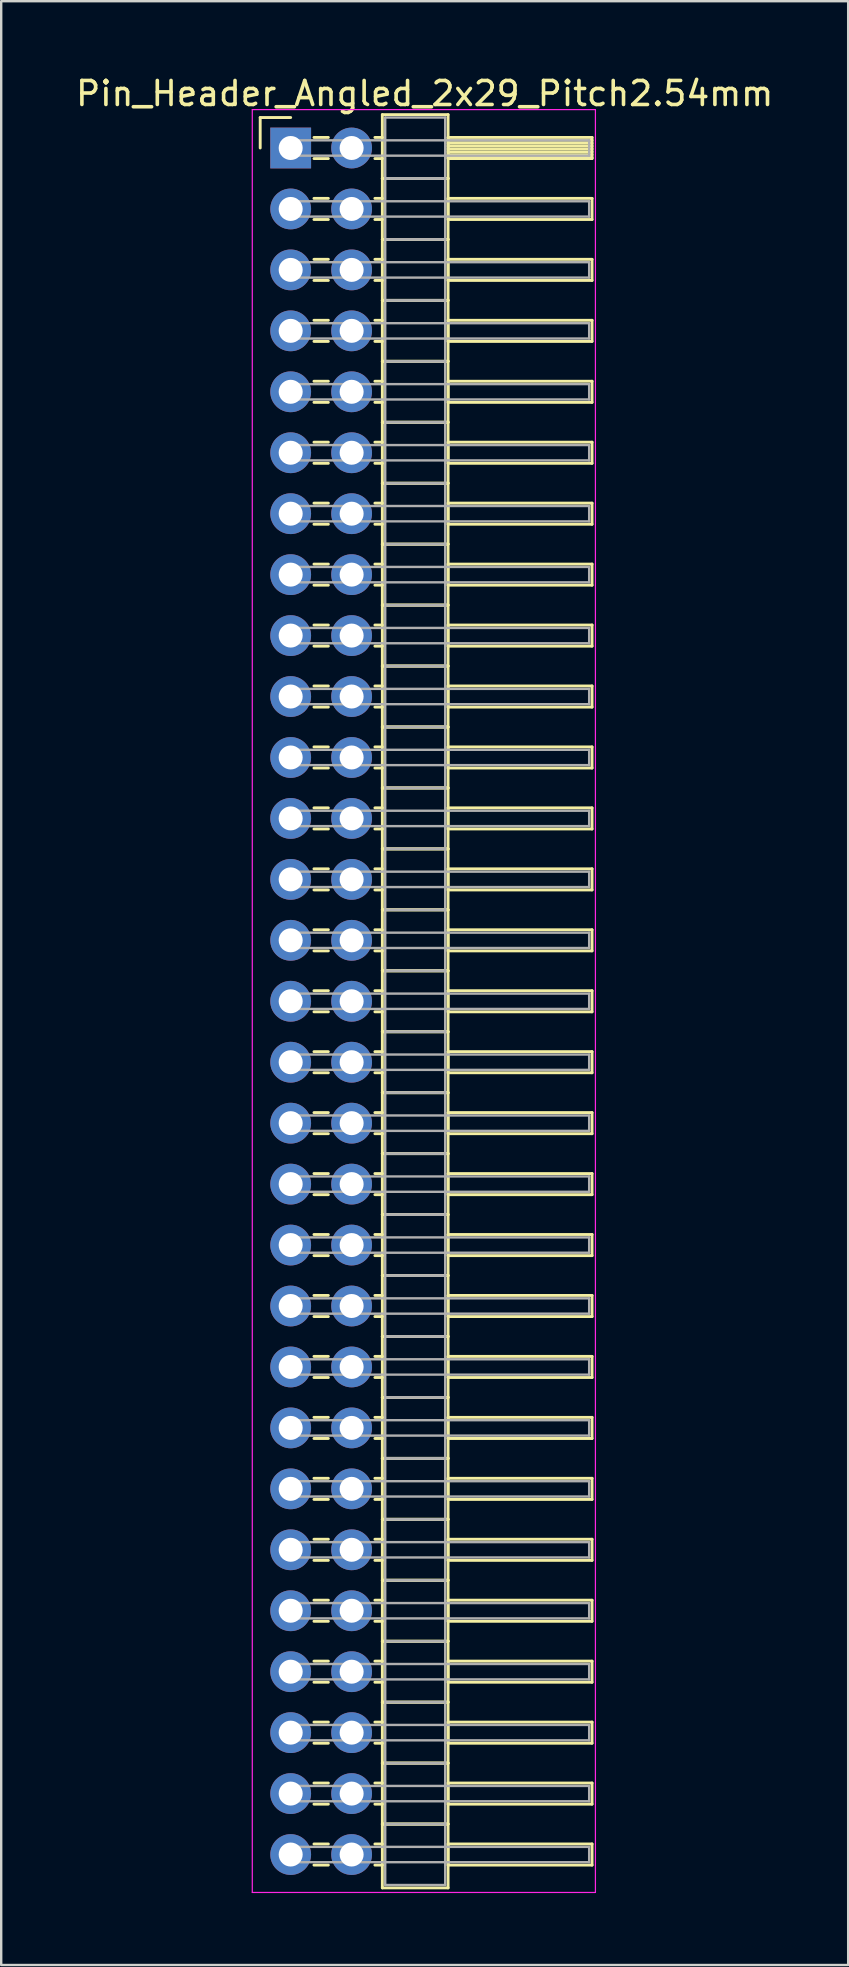
<source format=kicad_pcb>
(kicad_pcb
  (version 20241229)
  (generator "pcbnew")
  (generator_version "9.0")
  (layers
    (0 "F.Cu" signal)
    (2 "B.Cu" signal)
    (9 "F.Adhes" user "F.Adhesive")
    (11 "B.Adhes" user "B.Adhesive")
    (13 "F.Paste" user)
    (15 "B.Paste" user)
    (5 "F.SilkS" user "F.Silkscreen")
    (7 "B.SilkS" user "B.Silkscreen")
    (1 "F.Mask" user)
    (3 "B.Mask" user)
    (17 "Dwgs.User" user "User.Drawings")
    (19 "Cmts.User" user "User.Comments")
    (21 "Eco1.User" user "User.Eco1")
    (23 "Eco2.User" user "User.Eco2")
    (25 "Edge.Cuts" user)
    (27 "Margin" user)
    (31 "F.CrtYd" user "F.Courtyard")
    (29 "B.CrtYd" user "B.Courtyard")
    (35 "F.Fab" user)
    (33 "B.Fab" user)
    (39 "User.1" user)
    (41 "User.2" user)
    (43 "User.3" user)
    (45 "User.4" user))
  (footprint "Pin_Header_Angled_2x29_Pitch2.54mm"
    (layer "F.Cu")
    (at 9.064 3.118)
    (property "Reference" "Pin_Header_Angled_2x29_Pitch2.54mm" (at 5.585 -2.27 0) (layer "F.SilkS") (effects (font (size 1 1) (thickness 0.15))))
    (attr through_hole)
    (fp_line (start -1.27 -1.27) (end 0 -1.27) (stroke (width 0.12) (type solid)) (layer "F.SilkS"))
    (fp_line (start -1.27 0) (end -1.27 -1.27) (stroke (width 0.12) (type solid)) (layer "F.SilkS"))
    (fp_line (start 0.97 -0.44) (end 1.57 -0.44) (stroke (width 0.12) (type solid)) (layer "F.SilkS"))
    (fp_line (start 0.97 0.44) (end 1.57 0.44) (stroke (width 0.12) (type solid)) (layer "F.SilkS"))
    (fp_line (start 0.97 2.1) (end 1.57 2.1) (stroke (width 0.12) (type solid)) (layer "F.SilkS"))
    (fp_line (start 0.97 2.98) (end 1.57 2.98) (stroke (width 0.12) (type solid)) (layer "F.SilkS"))
    (fp_line (start 0.97 4.64) (end 1.57 4.64) (stroke (width 0.12) (type solid)) (layer "F.SilkS"))
    (fp_line (start 0.97 5.52) (end 1.57 5.52) (stroke (width 0.12) (type solid)) (layer "F.SilkS"))
    (fp_line (start 0.97 7.18) (end 1.57 7.18) (stroke (width 0.12) (type solid)) (layer "F.SilkS"))
    (fp_line (start 0.97 8.06) (end 1.57 8.06) (stroke (width 0.12) (type solid)) (layer "F.SilkS"))
    (fp_line (start 0.97 9.72) (end 1.57 9.72) (stroke (width 0.12) (type solid)) (layer "F.SilkS"))
    (fp_line (start 0.97 10.6) (end 1.57 10.6) (stroke (width 0.12) (type solid)) (layer "F.SilkS"))
    (fp_line (start 0.97 12.26) (end 1.57 12.26) (stroke (width 0.12) (type solid)) (layer "F.SilkS"))
    (fp_line (start 0.97 13.14) (end 1.57 13.14) (stroke (width 0.12) (type solid)) (layer "F.SilkS"))
    (fp_line (start 0.97 14.8) (end 1.57 14.8) (stroke (width 0.12) (type solid)) (layer "F.SilkS"))
    (fp_line (start 0.97 15.68) (end 1.57 15.68) (stroke (width 0.12) (type solid)) (layer "F.SilkS"))
    (fp_line (start 0.97 17.34) (end 1.57 17.34) (stroke (width 0.12) (type solid)) (layer "F.SilkS"))
    (fp_line (start 0.97 18.22) (end 1.57 18.22) (stroke (width 0.12) (type solid)) (layer "F.SilkS"))
    (fp_line (start 0.97 19.88) (end 1.57 19.88) (stroke (width 0.12) (type solid)) (layer "F.SilkS"))
    (fp_line (start 0.97 20.76) (end 1.57 20.76) (stroke (width 0.12) (type solid)) (layer "F.SilkS"))
    (fp_line (start 0.97 22.42) (end 1.57 22.42) (stroke (width 0.12) (type solid)) (layer "F.SilkS"))
    (fp_line (start 0.97 23.3) (end 1.57 23.3) (stroke (width 0.12) (type solid)) (layer "F.SilkS"))
    (fp_line (start 0.97 24.96) (end 1.57 24.96) (stroke (width 0.12) (type solid)) (layer "F.SilkS"))
    (fp_line (start 0.97 25.84) (end 1.57 25.84) (stroke (width 0.12) (type solid)) (layer "F.SilkS"))
    (fp_line (start 0.97 27.5) (end 1.57 27.5) (stroke (width 0.12) (type solid)) (layer "F.SilkS"))
    (fp_line (start 0.97 28.38) (end 1.57 28.38) (stroke (width 0.12) (type solid)) (layer "F.SilkS"))
    (fp_line (start 0.97 30.04) (end 1.57 30.04) (stroke (width 0.12) (type solid)) (layer "F.SilkS"))
    (fp_line (start 0.97 30.92) (end 1.57 30.92) (stroke (width 0.12) (type solid)) (layer "F.SilkS"))
    (fp_line (start 0.97 32.58) (end 1.57 32.58) (stroke (width 0.12) (type solid)) (layer "F.SilkS"))
    (fp_line (start 0.97 33.46) (end 1.57 33.46) (stroke (width 0.12) (type solid)) (layer "F.SilkS"))
    (fp_line (start 0.97 35.12) (end 1.57 35.12) (stroke (width 0.12) (type solid)) (layer "F.SilkS"))
    (fp_line (start 0.97 36) (end 1.57 36) (stroke (width 0.12) (type solid)) (layer "F.SilkS"))
    (fp_line (start 0.97 37.66) (end 1.57 37.66) (stroke (width 0.12) (type solid)) (layer "F.SilkS"))
    (fp_line (start 0.97 38.54) (end 1.57 38.54) (stroke (width 0.12) (type solid)) (layer "F.SilkS"))
    (fp_line (start 0.97 40.2) (end 1.57 40.2) (stroke (width 0.12) (type solid)) (layer "F.SilkS"))
    (fp_line (start 0.97 41.08) (end 1.57 41.08) (stroke (width 0.12) (type solid)) (layer "F.SilkS"))
    (fp_line (start 0.97 42.74) (end 1.57 42.74) (stroke (width 0.12) (type solid)) (layer "F.SilkS"))
    (fp_line (start 0.97 43.62) (end 1.57 43.62) (stroke (width 0.12) (type solid)) (layer "F.SilkS"))
    (fp_line (start 0.97 45.28) (end 1.57 45.28) (stroke (width 0.12) (type solid)) (layer "F.SilkS"))
    (fp_line (start 0.97 46.16) (end 1.57 46.16) (stroke (width 0.12) (type solid)) (layer "F.SilkS"))
    (fp_line (start 0.97 47.82) (end 1.57 47.82) (stroke (width 0.12) (type solid)) (layer "F.SilkS"))
    (fp_line (start 0.97 48.7) (end 1.57 48.7) (stroke (width 0.12) (type solid)) (layer "F.SilkS"))
    (fp_line (start 0.97 50.36) (end 1.57 50.36) (stroke (width 0.12) (type solid)) (layer "F.SilkS"))
    (fp_line (start 0.97 51.24) (end 1.57 51.24) (stroke (width 0.12) (type solid)) (layer "F.SilkS"))
    (fp_line (start 0.97 52.9) (end 1.57 52.9) (stroke (width 0.12) (type solid)) (layer "F.SilkS"))
    (fp_line (start 0.97 53.78) (end 1.57 53.78) (stroke (width 0.12) (type solid)) (layer "F.SilkS"))
    (fp_line (start 0.97 55.44) (end 1.57 55.44) (stroke (width 0.12) (type solid)) (layer "F.SilkS"))
    (fp_line (start 0.97 56.32) (end 1.57 56.32) (stroke (width 0.12) (type solid)) (layer "F.SilkS"))
    (fp_line (start 0.97 57.98) (end 1.57 57.98) (stroke (width 0.12) (type solid)) (layer "F.SilkS"))
    (fp_line (start 0.97 58.86) (end 1.57 58.86) (stroke (width 0.12) (type solid)) (layer "F.SilkS"))
    (fp_line (start 0.97 60.52) (end 1.57 60.52) (stroke (width 0.12) (type solid)) (layer "F.SilkS"))
    (fp_line (start 0.97 61.4) (end 1.57 61.4) (stroke (width 0.12) (type solid)) (layer "F.SilkS"))
    (fp_line (start 0.97 63.06) (end 1.57 63.06) (stroke (width 0.12) (type solid)) (layer "F.SilkS"))
    (fp_line (start 0.97 63.94) (end 1.57 63.94) (stroke (width 0.12) (type solid)) (layer "F.SilkS"))
    (fp_line (start 0.97 65.6) (end 1.57 65.6) (stroke (width 0.12) (type solid)) (layer "F.SilkS"))
    (fp_line (start 0.97 66.48) (end 1.57 66.48) (stroke (width 0.12) (type solid)) (layer "F.SilkS"))
    (fp_line (start 0.97 68.14) (end 1.57 68.14) (stroke (width 0.12) (type solid)) (layer "F.SilkS"))
    (fp_line (start 0.97 69.02) (end 1.57 69.02) (stroke (width 0.12) (type solid)) (layer "F.SilkS"))
    (fp_line (start 0.97 70.68) (end 1.57 70.68) (stroke (width 0.12) (type solid)) (layer "F.SilkS"))
    (fp_line (start 0.97 71.56) (end 1.57 71.56) (stroke (width 0.12) (type solid)) (layer "F.SilkS"))
    (fp_line (start 3.51 -0.44) (end 3.82 -0.44) (stroke (width 0.12) (type solid)) (layer "F.SilkS"))
    (fp_line (start 3.51 0.44) (end 3.82 0.44) (stroke (width 0.12) (type solid)) (layer "F.SilkS"))
    (fp_line (start 3.51 2.1) (end 3.82 2.1) (stroke (width 0.12) (type solid)) (layer "F.SilkS"))
    (fp_line (start 3.51 2.98) (end 3.82 2.98) (stroke (width 0.12) (type solid)) (layer "F.SilkS"))
    (fp_line (start 3.51 4.64) (end 3.82 4.64) (stroke (width 0.12) (type solid)) (layer "F.SilkS"))
    (fp_line (start 3.51 5.52) (end 3.82 5.52) (stroke (width 0.12) (type solid)) (layer "F.SilkS"))
    (fp_line (start 3.51 7.18) (end 3.82 7.18) (stroke (width 0.12) (type solid)) (layer "F.SilkS"))
    (fp_line (start 3.51 8.06) (end 3.82 8.06) (stroke (width 0.12) (type solid)) (layer "F.SilkS"))
    (fp_line (start 3.51 9.72) (end 3.82 9.72) (stroke (width 0.12) (type solid)) (layer "F.SilkS"))
    (fp_line (start 3.51 10.6) (end 3.82 10.6) (stroke (width 0.12) (type solid)) (layer "F.SilkS"))
    (fp_line (start 3.51 12.26) (end 3.82 12.26) (stroke (width 0.12) (type solid)) (layer "F.SilkS"))
    (fp_line (start 3.51 13.14) (end 3.82 13.14) (stroke (width 0.12) (type solid)) (layer "F.SilkS"))
    (fp_line (start 3.51 14.8) (end 3.82 14.8) (stroke (width 0.12) (type solid)) (layer "F.SilkS"))
    (fp_line (start 3.51 15.68) (end 3.82 15.68) (stroke (width 0.12) (type solid)) (layer "F.SilkS"))
    (fp_line (start 3.51 17.34) (end 3.82 17.34) (stroke (width 0.12) (type solid)) (layer "F.SilkS"))
    (fp_line (start 3.51 18.22) (end 3.82 18.22) (stroke (width 0.12) (type solid)) (layer "F.SilkS"))
    (fp_line (start 3.51 19.88) (end 3.82 19.88) (stroke (width 0.12) (type solid)) (layer "F.SilkS"))
    (fp_line (start 3.51 20.76) (end 3.82 20.76) (stroke (width 0.12) (type solid)) (layer "F.SilkS"))
    (fp_line (start 3.51 22.42) (end 3.82 22.42) (stroke (width 0.12) (type solid)) (layer "F.SilkS"))
    (fp_line (start 3.51 23.3) (end 3.82 23.3) (stroke (width 0.12) (type solid)) (layer "F.SilkS"))
    (fp_line (start 3.51 24.96) (end 3.82 24.96) (stroke (width 0.12) (type solid)) (layer "F.SilkS"))
    (fp_line (start 3.51 25.84) (end 3.82 25.84) (stroke (width 0.12) (type solid)) (layer "F.SilkS"))
    (fp_line (start 3.51 27.5) (end 3.82 27.5) (stroke (width 0.12) (type solid)) (layer "F.SilkS"))
    (fp_line (start 3.51 28.38) (end 3.82 28.38) (stroke (width 0.12) (type solid)) (layer "F.SilkS"))
    (fp_line (start 3.51 30.04) (end 3.82 30.04) (stroke (width 0.12) (type solid)) (layer "F.SilkS"))
    (fp_line (start 3.51 30.92) (end 3.82 30.92) (stroke (width 0.12) (type solid)) (layer "F.SilkS"))
    (fp_line (start 3.51 32.58) (end 3.82 32.58) (stroke (width 0.12) (type solid)) (layer "F.SilkS"))
    (fp_line (start 3.51 33.46) (end 3.82 33.46) (stroke (width 0.12) (type solid)) (layer "F.SilkS"))
    (fp_line (start 3.51 35.12) (end 3.82 35.12) (stroke (width 0.12) (type solid)) (layer "F.SilkS"))
    (fp_line (start 3.51 36) (end 3.82 36) (stroke (width 0.12) (type solid)) (layer "F.SilkS"))
    (fp_line (start 3.51 37.66) (end 3.82 37.66) (stroke (width 0.12) (type solid)) (layer "F.SilkS"))
    (fp_line (start 3.51 38.54) (end 3.82 38.54) (stroke (width 0.12) (type solid)) (layer "F.SilkS"))
    (fp_line (start 3.51 40.2) (end 3.82 40.2) (stroke (width 0.12) (type solid)) (layer "F.SilkS"))
    (fp_line (start 3.51 41.08) (end 3.82 41.08) (stroke (width 0.12) (type solid)) (layer "F.SilkS"))
    (fp_line (start 3.51 42.74) (end 3.82 42.74) (stroke (width 0.12) (type solid)) (layer "F.SilkS"))
    (fp_line (start 3.51 43.62) (end 3.82 43.62) (stroke (width 0.12) (type solid)) (layer "F.SilkS"))
    (fp_line (start 3.51 45.28) (end 3.82 45.28) (stroke (width 0.12) (type solid)) (layer "F.SilkS"))
    (fp_line (start 3.51 46.16) (end 3.82 46.16) (stroke (width 0.12) (type solid)) (layer "F.SilkS"))
    (fp_line (start 3.51 47.82) (end 3.82 47.82) (stroke (width 0.12) (type solid)) (layer "F.SilkS"))
    (fp_line (start 3.51 48.7) (end 3.82 48.7) (stroke (width 0.12) (type solid)) (layer "F.SilkS"))
    (fp_line (start 3.51 50.36) (end 3.82 50.36) (stroke (width 0.12) (type solid)) (layer "F.SilkS"))
    (fp_line (start 3.51 51.24) (end 3.82 51.24) (stroke (width 0.12) (type solid)) (layer "F.SilkS"))
    (fp_line (start 3.51 52.9) (end 3.82 52.9) (stroke (width 0.12) (type solid)) (layer "F.SilkS"))
    (fp_line (start 3.51 53.78) (end 3.82 53.78) (stroke (width 0.12) (type solid)) (layer "F.SilkS"))
    (fp_line (start 3.51 55.44) (end 3.82 55.44) (stroke (width 0.12) (type solid)) (layer "F.SilkS"))
    (fp_line (start 3.51 56.32) (end 3.82 56.32) (stroke (width 0.12) (type solid)) (layer "F.SilkS"))
    (fp_line (start 3.51 57.98) (end 3.82 57.98) (stroke (width 0.12) (type solid)) (layer "F.SilkS"))
    (fp_line (start 3.51 58.86) (end 3.82 58.86) (stroke (width 0.12) (type solid)) (layer "F.SilkS"))
    (fp_line (start 3.51 60.52) (end 3.82 60.52) (stroke (width 0.12) (type solid)) (layer "F.SilkS"))
    (fp_line (start 3.51 61.4) (end 3.82 61.4) (stroke (width 0.12) (type solid)) (layer "F.SilkS"))
    (fp_line (start 3.51 63.06) (end 3.82 63.06) (stroke (width 0.12) (type solid)) (layer "F.SilkS"))
    (fp_line (start 3.51 63.94) (end 3.82 63.94) (stroke (width 0.12) (type solid)) (layer "F.SilkS"))
    (fp_line (start 3.51 65.6) (end 3.82 65.6) (stroke (width 0.12) (type solid)) (layer "F.SilkS"))
    (fp_line (start 3.51 66.48) (end 3.82 66.48) (stroke (width 0.12) (type solid)) (layer "F.SilkS"))
    (fp_line (start 3.51 68.14) (end 3.82 68.14) (stroke (width 0.12) (type solid)) (layer "F.SilkS"))
    (fp_line (start 3.51 69.02) (end 3.82 69.02) (stroke (width 0.12) (type solid)) (layer "F.SilkS"))
    (fp_line (start 3.51 70.68) (end 3.82 70.68) (stroke (width 0.12) (type solid)) (layer "F.SilkS"))
    (fp_line (start 3.51 71.56) (end 3.82 71.56) (stroke (width 0.12) (type solid)) (layer "F.SilkS"))
    (fp_line (start 3.82 -1.39) (end 3.82 1.27) (stroke (width 0.12) (type solid)) (layer "F.SilkS"))
    (fp_line (start 3.82 1.27) (end 3.82 3.81) (stroke (width 0.12) (type solid)) (layer "F.SilkS"))
    (fp_line (start 3.82 1.27) (end 6.56 1.27) (stroke (width 0.12) (type solid)) (layer "F.SilkS"))
    (fp_line (start 3.82 3.81) (end 3.82 6.35) (stroke (width 0.12) (type solid)) (layer "F.SilkS"))
    (fp_line (start 3.82 3.81) (end 6.56 3.81) (stroke (width 0.12) (type solid)) (layer "F.SilkS"))
    (fp_line (start 3.82 6.35) (end 3.82 8.89) (stroke (width 0.12) (type solid)) (layer "F.SilkS"))
    (fp_line (start 3.82 6.35) (end 6.56 6.35) (stroke (width 0.12) (type solid)) (layer "F.SilkS"))
    (fp_line (start 3.82 8.89) (end 3.82 11.43) (stroke (width 0.12) (type solid)) (layer "F.SilkS"))
    (fp_line (start 3.82 8.89) (end 6.56 8.89) (stroke (width 0.12) (type solid)) (layer "F.SilkS"))
    (fp_line (start 3.82 11.43) (end 3.82 13.97) (stroke (width 0.12) (type solid)) (layer "F.SilkS"))
    (fp_line (start 3.82 11.43) (end 6.56 11.43) (stroke (width 0.12) (type solid)) (layer "F.SilkS"))
    (fp_line (start 3.82 13.97) (end 3.82 16.51) (stroke (width 0.12) (type solid)) (layer "F.SilkS"))
    (fp_line (start 3.82 13.97) (end 6.56 13.97) (stroke (width 0.12) (type solid)) (layer "F.SilkS"))
    (fp_line (start 3.82 16.51) (end 3.82 19.05) (stroke (width 0.12) (type solid)) (layer "F.SilkS"))
    (fp_line (start 3.82 16.51) (end 6.56 16.51) (stroke (width 0.12) (type solid)) (layer "F.SilkS"))
    (fp_line (start 3.82 19.05) (end 3.82 21.59) (stroke (width 0.12) (type solid)) (layer "F.SilkS"))
    (fp_line (start 3.82 19.05) (end 6.56 19.05) (stroke (width 0.12) (type solid)) (layer "F.SilkS"))
    (fp_line (start 3.82 21.59) (end 3.82 24.13) (stroke (width 0.12) (type solid)) (layer "F.SilkS"))
    (fp_line (start 3.82 21.59) (end 6.56 21.59) (stroke (width 0.12) (type solid)) (layer "F.SilkS"))
    (fp_line (start 3.82 24.13) (end 3.82 26.67) (stroke (width 0.12) (type solid)) (layer "F.SilkS"))
    (fp_line (start 3.82 24.13) (end 6.56 24.13) (stroke (width 0.12) (type solid)) (layer "F.SilkS"))
    (fp_line (start 3.82 26.67) (end 3.82 29.21) (stroke (width 0.12) (type solid)) (layer "F.SilkS"))
    (fp_line (start 3.82 26.67) (end 6.56 26.67) (stroke (width 0.12) (type solid)) (layer "F.SilkS"))
    (fp_line (start 3.82 29.21) (end 3.82 31.75) (stroke (width 0.12) (type solid)) (layer "F.SilkS"))
    (fp_line (start 3.82 29.21) (end 6.56 29.21) (stroke (width 0.12) (type solid)) (layer "F.SilkS"))
    (fp_line (start 3.82 31.75) (end 3.82 34.29) (stroke (width 0.12) (type solid)) (layer "F.SilkS"))
    (fp_line (start 3.82 31.75) (end 6.56 31.75) (stroke (width 0.12) (type solid)) (layer "F.SilkS"))
    (fp_line (start 3.82 34.29) (end 3.82 36.83) (stroke (width 0.12) (type solid)) (layer "F.SilkS"))
    (fp_line (start 3.82 34.29) (end 6.56 34.29) (stroke (width 0.12) (type solid)) (layer "F.SilkS"))
    (fp_line (start 3.82 36.83) (end 3.82 39.37) (stroke (width 0.12) (type solid)) (layer "F.SilkS"))
    (fp_line (start 3.82 36.83) (end 6.56 36.83) (stroke (width 0.12) (type solid)) (layer "F.SilkS"))
    (fp_line (start 3.82 39.37) (end 3.82 41.91) (stroke (width 0.12) (type solid)) (layer "F.SilkS"))
    (fp_line (start 3.82 39.37) (end 6.56 39.37) (stroke (width 0.12) (type solid)) (layer "F.SilkS"))
    (fp_line (start 3.82 41.91) (end 3.82 44.45) (stroke (width 0.12) (type solid)) (layer "F.SilkS"))
    (fp_line (start 3.82 41.91) (end 6.56 41.91) (stroke (width 0.12) (type solid)) (layer "F.SilkS"))
    (fp_line (start 3.82 44.45) (end 3.82 46.99) (stroke (width 0.12) (type solid)) (layer "F.SilkS"))
    (fp_line (start 3.82 44.45) (end 6.56 44.45) (stroke (width 0.12) (type solid)) (layer "F.SilkS"))
    (fp_line (start 3.82 46.99) (end 3.82 49.53) (stroke (width 0.12) (type solid)) (layer "F.SilkS"))
    (fp_line (start 3.82 46.99) (end 6.56 46.99) (stroke (width 0.12) (type solid)) (layer "F.SilkS"))
    (fp_line (start 3.82 49.53) (end 3.82 52.07) (stroke (width 0.12) (type solid)) (layer "F.SilkS"))
    (fp_line (start 3.82 49.53) (end 6.56 49.53) (stroke (width 0.12) (type solid)) (layer "F.SilkS"))
    (fp_line (start 3.82 52.07) (end 3.82 54.61) (stroke (width 0.12) (type solid)) (layer "F.SilkS"))
    (fp_line (start 3.82 52.07) (end 6.56 52.07) (stroke (width 0.12) (type solid)) (layer "F.SilkS"))
    (fp_line (start 3.82 54.61) (end 3.82 57.15) (stroke (width 0.12) (type solid)) (layer "F.SilkS"))
    (fp_line (start 3.82 54.61) (end 6.56 54.61) (stroke (width 0.12) (type solid)) (layer "F.SilkS"))
    (fp_line (start 3.82 57.15) (end 3.82 59.69) (stroke (width 0.12) (type solid)) (layer "F.SilkS"))
    (fp_line (start 3.82 57.15) (end 6.56 57.15) (stroke (width 0.12) (type solid)) (layer "F.SilkS"))
    (fp_line (start 3.82 59.69) (end 3.82 62.23) (stroke (width 0.12) (type solid)) (layer "F.SilkS"))
    (fp_line (start 3.82 59.69) (end 6.56 59.69) (stroke (width 0.12) (type solid)) (layer "F.SilkS"))
    (fp_line (start 3.82 62.23) (end 3.82 64.77) (stroke (width 0.12) (type solid)) (layer "F.SilkS"))
    (fp_line (start 3.82 62.23) (end 6.56 62.23) (stroke (width 0.12) (type solid)) (layer "F.SilkS"))
    (fp_line (start 3.82 64.77) (end 3.82 67.31) (stroke (width 0.12) (type solid)) (layer "F.SilkS"))
    (fp_line (start 3.82 64.77) (end 6.56 64.77) (stroke (width 0.12) (type solid)) (layer "F.SilkS"))
    (fp_line (start 3.82 67.31) (end 3.82 69.85) (stroke (width 0.12) (type solid)) (layer "F.SilkS"))
    (fp_line (start 3.82 67.31) (end 6.56 67.31) (stroke (width 0.12) (type solid)) (layer "F.SilkS"))
    (fp_line (start 3.82 69.85) (end 3.82 72.51) (stroke (width 0.12) (type solid)) (layer "F.SilkS"))
    (fp_line (start 3.82 69.85) (end 6.56 69.85) (stroke (width 0.12) (type solid)) (layer "F.SilkS"))
    (fp_line (start 3.82 72.51) (end 6.56 72.51) (stroke (width 0.12) (type solid)) (layer "F.SilkS"))
    (fp_line (start 6.56 -1.39) (end 3.82 -1.39) (stroke (width 0.12) (type solid)) (layer "F.SilkS"))
    (fp_line (start 6.56 -0.44) (end 6.56 0.44) (stroke (width 0.12) (type solid)) (layer "F.SilkS"))
    (fp_line (start 6.56 -0.32) (end 12.56 -0.32) (stroke (width 0.12) (type solid)) (layer "F.SilkS"))
    (fp_line (start 6.56 -0.2) (end 12.56 -0.2) (stroke (width 0.12) (type solid)) (layer "F.SilkS"))
    (fp_line (start 6.56 -0.08) (end 12.56 -0.08) (stroke (width 0.12) (type solid)) (layer "F.SilkS"))
    (fp_line (start 6.56 0.04) (end 12.56 0.04) (stroke (width 0.12) (type solid)) (layer "F.SilkS"))
    (fp_line (start 6.56 0.16) (end 12.56 0.16) (stroke (width 0.12) (type solid)) (layer "F.SilkS"))
    (fp_line (start 6.56 0.28) (end 12.56 0.28) (stroke (width 0.12) (type solid)) (layer "F.SilkS"))
    (fp_line (start 6.56 0.4) (end 12.56 0.4) (stroke (width 0.12) (type solid)) (layer "F.SilkS"))
    (fp_line (start 6.56 0.44) (end 12.56 0.44) (stroke (width 0.12) (type solid)) (layer "F.SilkS"))
    (fp_line (start 6.56 1.27) (end 3.82 1.27) (stroke (width 0.12) (type solid)) (layer "F.SilkS"))
    (fp_line (start 6.56 1.27) (end 6.56 -1.39) (stroke (width 0.12) (type solid)) (layer "F.SilkS"))
    (fp_line (start 6.56 2.1) (end 6.56 2.98) (stroke (width 0.12) (type solid)) (layer "F.SilkS"))
    (fp_line (start 6.56 2.98) (end 12.56 2.98) (stroke (width 0.12) (type solid)) (layer "F.SilkS"))
    (fp_line (start 6.56 3.81) (end 3.82 3.81) (stroke (width 0.12) (type solid)) (layer "F.SilkS"))
    (fp_line (start 6.56 3.81) (end 6.56 1.27) (stroke (width 0.12) (type solid)) (layer "F.SilkS"))
    (fp_line (start 6.56 4.64) (end 6.56 5.52) (stroke (width 0.12) (type solid)) (layer "F.SilkS"))
    (fp_line (start 6.56 5.52) (end 12.56 5.52) (stroke (width 0.12) (type solid)) (layer "F.SilkS"))
    (fp_line (start 6.56 6.35) (end 3.82 6.35) (stroke (width 0.12) (type solid)) (layer "F.SilkS"))
    (fp_line (start 6.56 6.35) (end 6.56 3.81) (stroke (width 0.12) (type solid)) (layer "F.SilkS"))
    (fp_line (start 6.56 7.18) (end 6.56 8.06) (stroke (width 0.12) (type solid)) (layer "F.SilkS"))
    (fp_line (start 6.56 8.06) (end 12.56 8.06) (stroke (width 0.12) (type solid)) (layer "F.SilkS"))
    (fp_line (start 6.56 8.89) (end 3.82 8.89) (stroke (width 0.12) (type solid)) (layer "F.SilkS"))
    (fp_line (start 6.56 8.89) (end 6.56 6.35) (stroke (width 0.12) (type solid)) (layer "F.SilkS"))
    (fp_line (start 6.56 9.72) (end 6.56 10.6) (stroke (width 0.12) (type solid)) (layer "F.SilkS"))
    (fp_line (start 6.56 10.6) (end 12.56 10.6) (stroke (width 0.12) (type solid)) (layer "F.SilkS"))
    (fp_line (start 6.56 11.43) (end 3.82 11.43) (stroke (width 0.12) (type solid)) (layer "F.SilkS"))
    (fp_line (start 6.56 11.43) (end 6.56 8.89) (stroke (width 0.12) (type solid)) (layer "F.SilkS"))
    (fp_line (start 6.56 12.26) (end 6.56 13.14) (stroke (width 0.12) (type solid)) (layer "F.SilkS"))
    (fp_line (start 6.56 13.14) (end 12.56 13.14) (stroke (width 0.12) (type solid)) (layer "F.SilkS"))
    (fp_line (start 6.56 13.97) (end 3.82 13.97) (stroke (width 0.12) (type solid)) (layer "F.SilkS"))
    (fp_line (start 6.56 13.97) (end 6.56 11.43) (stroke (width 0.12) (type solid)) (layer "F.SilkS"))
    (fp_line (start 6.56 14.8) (end 6.56 15.68) (stroke (width 0.12) (type solid)) (layer "F.SilkS"))
    (fp_line (start 6.56 15.68) (end 12.56 15.68) (stroke (width 0.12) (type solid)) (layer "F.SilkS"))
    (fp_line (start 6.56 16.51) (end 3.82 16.51) (stroke (width 0.12) (type solid)) (layer "F.SilkS"))
    (fp_line (start 6.56 16.51) (end 6.56 13.97) (stroke (width 0.12) (type solid)) (layer "F.SilkS"))
    (fp_line (start 6.56 17.34) (end 6.56 18.22) (stroke (width 0.12) (type solid)) (layer "F.SilkS"))
    (fp_line (start 6.56 18.22) (end 12.56 18.22) (stroke (width 0.12) (type solid)) (layer "F.SilkS"))
    (fp_line (start 6.56 19.05) (end 3.82 19.05) (stroke (width 0.12) (type solid)) (layer "F.SilkS"))
    (fp_line (start 6.56 19.05) (end 6.56 16.51) (stroke (width 0.12) (type solid)) (layer "F.SilkS"))
    (fp_line (start 6.56 19.88) (end 6.56 20.76) (stroke (width 0.12) (type solid)) (layer "F.SilkS"))
    (fp_line (start 6.56 20.76) (end 12.56 20.76) (stroke (width 0.12) (type solid)) (layer "F.SilkS"))
    (fp_line (start 6.56 21.59) (end 3.82 21.59) (stroke (width 0.12) (type solid)) (layer "F.SilkS"))
    (fp_line (start 6.56 21.59) (end 6.56 19.05) (stroke (width 0.12) (type solid)) (layer "F.SilkS"))
    (fp_line (start 6.56 22.42) (end 6.56 23.3) (stroke (width 0.12) (type solid)) (layer "F.SilkS"))
    (fp_line (start 6.56 23.3) (end 12.56 23.3) (stroke (width 0.12) (type solid)) (layer "F.SilkS"))
    (fp_line (start 6.56 24.13) (end 3.82 24.13) (stroke (width 0.12) (type solid)) (layer "F.SilkS"))
    (fp_line (start 6.56 24.13) (end 6.56 21.59) (stroke (width 0.12) (type solid)) (layer "F.SilkS"))
    (fp_line (start 6.56 24.96) (end 6.56 25.84) (stroke (width 0.12) (type solid)) (layer "F.SilkS"))
    (fp_line (start 6.56 25.84) (end 12.56 25.84) (stroke (width 0.12) (type solid)) (layer "F.SilkS"))
    (fp_line (start 6.56 26.67) (end 3.82 26.67) (stroke (width 0.12) (type solid)) (layer "F.SilkS"))
    (fp_line (start 6.56 26.67) (end 6.56 24.13) (stroke (width 0.12) (type solid)) (layer "F.SilkS"))
    (fp_line (start 6.56 27.5) (end 6.56 28.38) (stroke (width 0.12) (type solid)) (layer "F.SilkS"))
    (fp_line (start 6.56 28.38) (end 12.56 28.38) (stroke (width 0.12) (type solid)) (layer "F.SilkS"))
    (fp_line (start 6.56 29.21) (end 3.82 29.21) (stroke (width 0.12) (type solid)) (layer "F.SilkS"))
    (fp_line (start 6.56 29.21) (end 6.56 26.67) (stroke (width 0.12) (type solid)) (layer "F.SilkS"))
    (fp_line (start 6.56 30.04) (end 6.56 30.92) (stroke (width 0.12) (type solid)) (layer "F.SilkS"))
    (fp_line (start 6.56 30.92) (end 12.56 30.92) (stroke (width 0.12) (type solid)) (layer "F.SilkS"))
    (fp_line (start 6.56 31.75) (end 3.82 31.75) (stroke (width 0.12) (type solid)) (layer "F.SilkS"))
    (fp_line (start 6.56 31.75) (end 6.56 29.21) (stroke (width 0.12) (type solid)) (layer "F.SilkS"))
    (fp_line (start 6.56 32.58) (end 6.56 33.46) (stroke (width 0.12) (type solid)) (layer "F.SilkS"))
    (fp_line (start 6.56 33.46) (end 12.56 33.46) (stroke (width 0.12) (type solid)) (layer "F.SilkS"))
    (fp_line (start 6.56 34.29) (end 3.82 34.29) (stroke (width 0.12) (type solid)) (layer "F.SilkS"))
    (fp_line (start 6.56 34.29) (end 6.56 31.75) (stroke (width 0.12) (type solid)) (layer "F.SilkS"))
    (fp_line (start 6.56 35.12) (end 6.56 36) (stroke (width 0.12) (type solid)) (layer "F.SilkS"))
    (fp_line (start 6.56 36) (end 12.56 36) (stroke (width 0.12) (type solid)) (layer "F.SilkS"))
    (fp_line (start 6.56 36.83) (end 3.82 36.83) (stroke (width 0.12) (type solid)) (layer "F.SilkS"))
    (fp_line (start 6.56 36.83) (end 6.56 34.29) (stroke (width 0.12) (type solid)) (layer "F.SilkS"))
    (fp_line (start 6.56 37.66) (end 6.56 38.54) (stroke (width 0.12) (type solid)) (layer "F.SilkS"))
    (fp_line (start 6.56 38.54) (end 12.56 38.54) (stroke (width 0.12) (type solid)) (layer "F.SilkS"))
    (fp_line (start 6.56 39.37) (end 3.82 39.37) (stroke (width 0.12) (type solid)) (layer "F.SilkS"))
    (fp_line (start 6.56 39.37) (end 6.56 36.83) (stroke (width 0.12) (type solid)) (layer "F.SilkS"))
    (fp_line (start 6.56 40.2) (end 6.56 41.08) (stroke (width 0.12) (type solid)) (layer "F.SilkS"))
    (fp_line (start 6.56 41.08) (end 12.56 41.08) (stroke (width 0.12) (type solid)) (layer "F.SilkS"))
    (fp_line (start 6.56 41.91) (end 3.82 41.91) (stroke (width 0.12) (type solid)) (layer "F.SilkS"))
    (fp_line (start 6.56 41.91) (end 6.56 39.37) (stroke (width 0.12) (type solid)) (layer "F.SilkS"))
    (fp_line (start 6.56 42.74) (end 6.56 43.62) (stroke (width 0.12) (type solid)) (layer "F.SilkS"))
    (fp_line (start 6.56 43.62) (end 12.56 43.62) (stroke (width 0.12) (type solid)) (layer "F.SilkS"))
    (fp_line (start 6.56 44.45) (end 3.82 44.45) (stroke (width 0.12) (type solid)) (layer "F.SilkS"))
    (fp_line (start 6.56 44.45) (end 6.56 41.91) (stroke (width 0.12) (type solid)) (layer "F.SilkS"))
    (fp_line (start 6.56 45.28) (end 6.56 46.16) (stroke (width 0.12) (type solid)) (layer "F.SilkS"))
    (fp_line (start 6.56 46.16) (end 12.56 46.16) (stroke (width 0.12) (type solid)) (layer "F.SilkS"))
    (fp_line (start 6.56 46.99) (end 3.82 46.99) (stroke (width 0.12) (type solid)) (layer "F.SilkS"))
    (fp_line (start 6.56 46.99) (end 6.56 44.45) (stroke (width 0.12) (type solid)) (layer "F.SilkS"))
    (fp_line (start 6.56 47.82) (end 6.56 48.7) (stroke (width 0.12) (type solid)) (layer "F.SilkS"))
    (fp_line (start 6.56 48.7) (end 12.56 48.7) (stroke (width 0.12) (type solid)) (layer "F.SilkS"))
    (fp_line (start 6.56 49.53) (end 3.82 49.53) (stroke (width 0.12) (type solid)) (layer "F.SilkS"))
    (fp_line (start 6.56 49.53) (end 6.56 46.99) (stroke (width 0.12) (type solid)) (layer "F.SilkS"))
    (fp_line (start 6.56 50.36) (end 6.56 51.24) (stroke (width 0.12) (type solid)) (layer "F.SilkS"))
    (fp_line (start 6.56 51.24) (end 12.56 51.24) (stroke (width 0.12) (type solid)) (layer "F.SilkS"))
    (fp_line (start 6.56 52.07) (end 3.82 52.07) (stroke (width 0.12) (type solid)) (layer "F.SilkS"))
    (fp_line (start 6.56 52.07) (end 6.56 49.53) (stroke (width 0.12) (type solid)) (layer "F.SilkS"))
    (fp_line (start 6.56 52.9) (end 6.56 53.78) (stroke (width 0.12) (type solid)) (layer "F.SilkS"))
    (fp_line (start 6.56 53.78) (end 12.56 53.78) (stroke (width 0.12) (type solid)) (layer "F.SilkS"))
    (fp_line (start 6.56 54.61) (end 3.82 54.61) (stroke (width 0.12) (type solid)) (layer "F.SilkS"))
    (fp_line (start 6.56 54.61) (end 6.56 52.07) (stroke (width 0.12) (type solid)) (layer "F.SilkS"))
    (fp_line (start 6.56 55.44) (end 6.56 56.32) (stroke (width 0.12) (type solid)) (layer "F.SilkS"))
    (fp_line (start 6.56 56.32) (end 12.56 56.32) (stroke (width 0.12) (type solid)) (layer "F.SilkS"))
    (fp_line (start 6.56 57.15) (end 3.82 57.15) (stroke (width 0.12) (type solid)) (layer "F.SilkS"))
    (fp_line (start 6.56 57.15) (end 6.56 54.61) (stroke (width 0.12) (type solid)) (layer "F.SilkS"))
    (fp_line (start 6.56 57.98) (end 6.56 58.86) (stroke (width 0.12) (type solid)) (layer "F.SilkS"))
    (fp_line (start 6.56 58.86) (end 12.56 58.86) (stroke (width 0.12) (type solid)) (layer "F.SilkS"))
    (fp_line (start 6.56 59.69) (end 3.82 59.69) (stroke (width 0.12) (type solid)) (layer "F.SilkS"))
    (fp_line (start 6.56 59.69) (end 6.56 57.15) (stroke (width 0.12) (type solid)) (layer "F.SilkS"))
    (fp_line (start 6.56 60.52) (end 6.56 61.4) (stroke (width 0.12) (type solid)) (layer "F.SilkS"))
    (fp_line (start 6.56 61.4) (end 12.56 61.4) (stroke (width 0.12) (type solid)) (layer "F.SilkS"))
    (fp_line (start 6.56 62.23) (end 3.82 62.23) (stroke (width 0.12) (type solid)) (layer "F.SilkS"))
    (fp_line (start 6.56 62.23) (end 6.56 59.69) (stroke (width 0.12) (type solid)) (layer "F.SilkS"))
    (fp_line (start 6.56 63.06) (end 6.56 63.94) (stroke (width 0.12) (type solid)) (layer "F.SilkS"))
    (fp_line (start 6.56 63.94) (end 12.56 63.94) (stroke (width 0.12) (type solid)) (layer "F.SilkS"))
    (fp_line (start 6.56 64.77) (end 3.82 64.77) (stroke (width 0.12) (type solid)) (layer "F.SilkS"))
    (fp_line (start 6.56 64.77) (end 6.56 62.23) (stroke (width 0.12) (type solid)) (layer "F.SilkS"))
    (fp_line (start 6.56 65.6) (end 6.56 66.48) (stroke (width 0.12) (type solid)) (layer "F.SilkS"))
    (fp_line (start 6.56 66.48) (end 12.56 66.48) (stroke (width 0.12) (type solid)) (layer "F.SilkS"))
    (fp_line (start 6.56 67.31) (end 3.82 67.31) (stroke (width 0.12) (type solid)) (layer "F.SilkS"))
    (fp_line (start 6.56 67.31) (end 6.56 64.77) (stroke (width 0.12) (type solid)) (layer "F.SilkS"))
    (fp_line (start 6.56 68.14) (end 6.56 69.02) (stroke (width 0.12) (type solid)) (layer "F.SilkS"))
    (fp_line (start 6.56 69.02) (end 12.56 69.02) (stroke (width 0.12) (type solid)) (layer "F.SilkS"))
    (fp_line (start 6.56 69.85) (end 3.82 69.85) (stroke (width 0.12) (type solid)) (layer "F.SilkS"))
    (fp_line (start 6.56 69.85) (end 6.56 67.31) (stroke (width 0.12) (type solid)) (layer "F.SilkS"))
    (fp_line (start 6.56 70.68) (end 6.56 71.56) (stroke (width 0.12) (type solid)) (layer "F.SilkS"))
    (fp_line (start 6.56 71.56) (end 12.56 71.56) (stroke (width 0.12) (type solid)) (layer "F.SilkS"))
    (fp_line (start 6.56 72.51) (end 6.56 69.85) (stroke (width 0.12) (type solid)) (layer "F.SilkS"))
    (fp_line (start 12.56 -0.44) (end 6.56 -0.44) (stroke (width 0.12) (type solid)) (layer "F.SilkS"))
    (fp_line (start 12.56 0.44) (end 12.56 -0.44) (stroke (width 0.12) (type solid)) (layer "F.SilkS"))
    (fp_line (start 12.56 2.1) (end 6.56 2.1) (stroke (width 0.12) (type solid)) (layer "F.SilkS"))
    (fp_line (start 12.56 2.98) (end 12.56 2.1) (stroke (width 0.12) (type solid)) (layer "F.SilkS"))
    (fp_line (start 12.56 4.64) (end 6.56 4.64) (stroke (width 0.12) (type solid)) (layer "F.SilkS"))
    (fp_line (start 12.56 5.52) (end 12.56 4.64) (stroke (width 0.12) (type solid)) (layer "F.SilkS"))
    (fp_line (start 12.56 7.18) (end 6.56 7.18) (stroke (width 0.12) (type solid)) (layer "F.SilkS"))
    (fp_line (start 12.56 8.06) (end 12.56 7.18) (stroke (width 0.12) (type solid)) (layer "F.SilkS"))
    (fp_line (start 12.56 9.72) (end 6.56 9.72) (stroke (width 0.12) (type solid)) (layer "F.SilkS"))
    (fp_line (start 12.56 10.6) (end 12.56 9.72) (stroke (width 0.12) (type solid)) (layer "F.SilkS"))
    (fp_line (start 12.56 12.26) (end 6.56 12.26) (stroke (width 0.12) (type solid)) (layer "F.SilkS"))
    (fp_line (start 12.56 13.14) (end 12.56 12.26) (stroke (width 0.12) (type solid)) (layer "F.SilkS"))
    (fp_line (start 12.56 14.8) (end 6.56 14.8) (stroke (width 0.12) (type solid)) (layer "F.SilkS"))
    (fp_line (start 12.56 15.68) (end 12.56 14.8) (stroke (width 0.12) (type solid)) (layer "F.SilkS"))
    (fp_line (start 12.56 17.34) (end 6.56 17.34) (stroke (width 0.12) (type solid)) (layer "F.SilkS"))
    (fp_line (start 12.56 18.22) (end 12.56 17.34) (stroke (width 0.12) (type solid)) (layer "F.SilkS"))
    (fp_line (start 12.56 19.88) (end 6.56 19.88) (stroke (width 0.12) (type solid)) (layer "F.SilkS"))
    (fp_line (start 12.56 20.76) (end 12.56 19.88) (stroke (width 0.12) (type solid)) (layer "F.SilkS"))
    (fp_line (start 12.56 22.42) (end 6.56 22.42) (stroke (width 0.12) (type solid)) (layer "F.SilkS"))
    (fp_line (start 12.56 23.3) (end 12.56 22.42) (stroke (width 0.12) (type solid)) (layer "F.SilkS"))
    (fp_line (start 12.56 24.96) (end 6.56 24.96) (stroke (width 0.12) (type solid)) (layer "F.SilkS"))
    (fp_line (start 12.56 25.84) (end 12.56 24.96) (stroke (width 0.12) (type solid)) (layer "F.SilkS"))
    (fp_line (start 12.56 27.5) (end 6.56 27.5) (stroke (width 0.12) (type solid)) (layer "F.SilkS"))
    (fp_line (start 12.56 28.38) (end 12.56 27.5) (stroke (width 0.12) (type solid)) (layer "F.SilkS"))
    (fp_line (start 12.56 30.04) (end 6.56 30.04) (stroke (width 0.12) (type solid)) (layer "F.SilkS"))
    (fp_line (start 12.56 30.92) (end 12.56 30.04) (stroke (width 0.12) (type solid)) (layer "F.SilkS"))
    (fp_line (start 12.56 32.58) (end 6.56 32.58) (stroke (width 0.12) (type solid)) (layer "F.SilkS"))
    (fp_line (start 12.56 33.46) (end 12.56 32.58) (stroke (width 0.12) (type solid)) (layer "F.SilkS"))
    (fp_line (start 12.56 35.12) (end 6.56 35.12) (stroke (width 0.12) (type solid)) (layer "F.SilkS"))
    (fp_line (start 12.56 36) (end 12.56 35.12) (stroke (width 0.12) (type solid)) (layer "F.SilkS"))
    (fp_line (start 12.56 37.66) (end 6.56 37.66) (stroke (width 0.12) (type solid)) (layer "F.SilkS"))
    (fp_line (start 12.56 38.54) (end 12.56 37.66) (stroke (width 0.12) (type solid)) (layer "F.SilkS"))
    (fp_line (start 12.56 40.2) (end 6.56 40.2) (stroke (width 0.12) (type solid)) (layer "F.SilkS"))
    (fp_line (start 12.56 41.08) (end 12.56 40.2) (stroke (width 0.12) (type solid)) (layer "F.SilkS"))
    (fp_line (start 12.56 42.74) (end 6.56 42.74) (stroke (width 0.12) (type solid)) (layer "F.SilkS"))
    (fp_line (start 12.56 43.62) (end 12.56 42.74) (stroke (width 0.12) (type solid)) (layer "F.SilkS"))
    (fp_line (start 12.56 45.28) (end 6.56 45.28) (stroke (width 0.12) (type solid)) (layer "F.SilkS"))
    (fp_line (start 12.56 46.16) (end 12.56 45.28) (stroke (width 0.12) (type solid)) (layer "F.SilkS"))
    (fp_line (start 12.56 47.82) (end 6.56 47.82) (stroke (width 0.12) (type solid)) (layer "F.SilkS"))
    (fp_line (start 12.56 48.7) (end 12.56 47.82) (stroke (width 0.12) (type solid)) (layer "F.SilkS"))
    (fp_line (start 12.56 50.36) (end 6.56 50.36) (stroke (width 0.12) (type solid)) (layer "F.SilkS"))
    (fp_line (start 12.56 51.24) (end 12.56 50.36) (stroke (width 0.12) (type solid)) (layer "F.SilkS"))
    (fp_line (start 12.56 52.9) (end 6.56 52.9) (stroke (width 0.12) (type solid)) (layer "F.SilkS"))
    (fp_line (start 12.56 53.78) (end 12.56 52.9) (stroke (width 0.12) (type solid)) (layer "F.SilkS"))
    (fp_line (start 12.56 55.44) (end 6.56 55.44) (stroke (width 0.12) (type solid)) (layer "F.SilkS"))
    (fp_line (start 12.56 56.32) (end 12.56 55.44) (stroke (width 0.12) (type solid)) (layer "F.SilkS"))
    (fp_line (start 12.56 57.98) (end 6.56 57.98) (stroke (width 0.12) (type solid)) (layer "F.SilkS"))
    (fp_line (start 12.56 58.86) (end 12.56 57.98) (stroke (width 0.12) (type solid)) (layer "F.SilkS"))
    (fp_line (start 12.56 60.52) (end 6.56 60.52) (stroke (width 0.12) (type solid)) (layer "F.SilkS"))
    (fp_line (start 12.56 61.4) (end 12.56 60.52) (stroke (width 0.12) (type solid)) (layer "F.SilkS"))
    (fp_line (start 12.56 63.06) (end 6.56 63.06) (stroke (width 0.12) (type solid)) (layer "F.SilkS"))
    (fp_line (start 12.56 63.94) (end 12.56 63.06) (stroke (width 0.12) (type solid)) (layer "F.SilkS"))
    (fp_line (start 12.56 65.6) (end 6.56 65.6) (stroke (width 0.12) (type solid)) (layer "F.SilkS"))
    (fp_line (start 12.56 66.48) (end 12.56 65.6) (stroke (width 0.12) (type solid)) (layer "F.SilkS"))
    (fp_line (start 12.56 68.14) (end 6.56 68.14) (stroke (width 0.12) (type solid)) (layer "F.SilkS"))
    (fp_line (start 12.56 69.02) (end 12.56 68.14) (stroke (width 0.12) (type solid)) (layer "F.SilkS"))
    (fp_line (start 12.56 70.68) (end 6.56 70.68) (stroke (width 0.12) (type solid)) (layer "F.SilkS"))
    (fp_line (start 12.56 71.56) (end 12.56 70.68) (stroke (width 0.12) (type solid)) (layer "F.SilkS"))
    (fp_line (start -1.6 -1.6) (end -1.6 72.7) (stroke (width 0.05) (type solid)) (layer "F.CrtYd"))
    (fp_line (start -1.6 72.7) (end 12.7 72.7) (stroke (width 0.05) (type solid)) (layer "F.CrtYd"))
    (fp_line (start 12.7 -1.6) (end -1.6 -1.6) (stroke (width 0.05) (type solid)) (layer "F.CrtYd"))
    (fp_line (start 12.7 72.7) (end 12.7 -1.6) (stroke (width 0.05) (type solid)) (layer "F.CrtYd"))
    (fp_line (start 0 -0.32) (end 0 0.32) (stroke (width 0.1) (type solid)) (layer "F.Fab"))
    (fp_line (start 0 0.32) (end 12.44 0.32) (stroke (width 0.1) (type solid)) (layer "F.Fab"))
    (fp_line (start 0 2.22) (end 0 2.86) (stroke (width 0.1) (type solid)) (layer "F.Fab"))
    (fp_line (start 0 2.86) (end 12.44 2.86) (stroke (width 0.1) (type solid)) (layer "F.Fab"))
    (fp_line (start 0 4.76) (end 0 5.4) (stroke (width 0.1) (type solid)) (layer "F.Fab"))
    (fp_line (start 0 5.4) (end 12.44 5.4) (stroke (width 0.1) (type solid)) (layer "F.Fab"))
    (fp_line (start 0 7.3) (end 0 7.94) (stroke (width 0.1) (type solid)) (layer "F.Fab"))
    (fp_line (start 0 7.94) (end 12.44 7.94) (stroke (width 0.1) (type solid)) (layer "F.Fab"))
    (fp_line (start 0 9.84) (end 0 10.48) (stroke (width 0.1) (type solid)) (layer "F.Fab"))
    (fp_line (start 0 10.48) (end 12.44 10.48) (stroke (width 0.1) (type solid)) (layer "F.Fab"))
    (fp_line (start 0 12.38) (end 0 13.02) (stroke (width 0.1) (type solid)) (layer "F.Fab"))
    (fp_line (start 0 13.02) (end 12.44 13.02) (stroke (width 0.1) (type solid)) (layer "F.Fab"))
    (fp_line (start 0 14.92) (end 0 15.56) (stroke (width 0.1) (type solid)) (layer "F.Fab"))
    (fp_line (start 0 15.56) (end 12.44 15.56) (stroke (width 0.1) (type solid)) (layer "F.Fab"))
    (fp_line (start 0 17.46) (end 0 18.1) (stroke (width 0.1) (type solid)) (layer "F.Fab"))
    (fp_line (start 0 18.1) (end 12.44 18.1) (stroke (width 0.1) (type solid)) (layer "F.Fab"))
    (fp_line (start 0 20) (end 0 20.64) (stroke (width 0.1) (type solid)) (layer "F.Fab"))
    (fp_line (start 0 20.64) (end 12.44 20.64) (stroke (width 0.1) (type solid)) (layer "F.Fab"))
    (fp_line (start 0 22.54) (end 0 23.18) (stroke (width 0.1) (type solid)) (layer "F.Fab"))
    (fp_line (start 0 23.18) (end 12.44 23.18) (stroke (width 0.1) (type solid)) (layer "F.Fab"))
    (fp_line (start 0 25.08) (end 0 25.72) (stroke (width 0.1) (type solid)) (layer "F.Fab"))
    (fp_line (start 0 25.72) (end 12.44 25.72) (stroke (width 0.1) (type solid)) (layer "F.Fab"))
    (fp_line (start 0 27.62) (end 0 28.26) (stroke (width 0.1) (type solid)) (layer "F.Fab"))
    (fp_line (start 0 28.26) (end 12.44 28.26) (stroke (width 0.1) (type solid)) (layer "F.Fab"))
    (fp_line (start 0 30.16) (end 0 30.8) (stroke (width 0.1) (type solid)) (layer "F.Fab"))
    (fp_line (start 0 30.8) (end 12.44 30.8) (stroke (width 0.1) (type solid)) (layer "F.Fab"))
    (fp_line (start 0 32.7) (end 0 33.34) (stroke (width 0.1) (type solid)) (layer "F.Fab"))
    (fp_line (start 0 33.34) (end 12.44 33.34) (stroke (width 0.1) (type solid)) (layer "F.Fab"))
    (fp_line (start 0 35.24) (end 0 35.88) (stroke (width 0.1) (type solid)) (layer "F.Fab"))
    (fp_line (start 0 35.88) (end 12.44 35.88) (stroke (width 0.1) (type solid)) (layer "F.Fab"))
    (fp_line (start 0 37.78) (end 0 38.42) (stroke (width 0.1) (type solid)) (layer "F.Fab"))
    (fp_line (start 0 38.42) (end 12.44 38.42) (stroke (width 0.1) (type solid)) (layer "F.Fab"))
    (fp_line (start 0 40.32) (end 0 40.96) (stroke (width 0.1) (type solid)) (layer "F.Fab"))
    (fp_line (start 0 40.96) (end 12.44 40.96) (stroke (width 0.1) (type solid)) (layer "F.Fab"))
    (fp_line (start 0 42.86) (end 0 43.5) (stroke (width 0.1) (type solid)) (layer "F.Fab"))
    (fp_line (start 0 43.5) (end 12.44 43.5) (stroke (width 0.1) (type solid)) (layer "F.Fab"))
    (fp_line (start 0 45.4) (end 0 46.04) (stroke (width 0.1) (type solid)) (layer "F.Fab"))
    (fp_line (start 0 46.04) (end 12.44 46.04) (stroke (width 0.1) (type solid)) (layer "F.Fab"))
    (fp_line (start 0 47.94) (end 0 48.58) (stroke (width 0.1) (type solid)) (layer "F.Fab"))
    (fp_line (start 0 48.58) (end 12.44 48.58) (stroke (width 0.1) (type solid)) (layer "F.Fab"))
    (fp_line (start 0 50.48) (end 0 51.12) (stroke (width 0.1) (type solid)) (layer "F.Fab"))
    (fp_line (start 0 51.12) (end 12.44 51.12) (stroke (width 0.1) (type solid)) (layer "F.Fab"))
    (fp_line (start 0 53.02) (end 0 53.66) (stroke (width 0.1) (type solid)) (layer "F.Fab"))
    (fp_line (start 0 53.66) (end 12.44 53.66) (stroke (width 0.1) (type solid)) (layer "F.Fab"))
    (fp_line (start 0 55.56) (end 0 56.2) (stroke (width 0.1) (type solid)) (layer "F.Fab"))
    (fp_line (start 0 56.2) (end 12.44 56.2) (stroke (width 0.1) (type solid)) (layer "F.Fab"))
    (fp_line (start 0 58.1) (end 0 58.74) (stroke (width 0.1) (type solid)) (layer "F.Fab"))
    (fp_line (start 0 58.74) (end 12.44 58.74) (stroke (width 0.1) (type solid)) (layer "F.Fab"))
    (fp_line (start 0 60.64) (end 0 61.28) (stroke (width 0.1) (type solid)) (layer "F.Fab"))
    (fp_line (start 0 61.28) (end 12.44 61.28) (stroke (width 0.1) (type solid)) (layer "F.Fab"))
    (fp_line (start 0 63.18) (end 0 63.82) (stroke (width 0.1) (type solid)) (layer "F.Fab"))
    (fp_line (start 0 63.82) (end 12.44 63.82) (stroke (width 0.1) (type solid)) (layer "F.Fab"))
    (fp_line (start 0 65.72) (end 0 66.36) (stroke (width 0.1) (type solid)) (layer "F.Fab"))
    (fp_line (start 0 66.36) (end 12.44 66.36) (stroke (width 0.1) (type solid)) (layer "F.Fab"))
    (fp_line (start 0 68.26) (end 0 68.9) (stroke (width 0.1) (type solid)) (layer "F.Fab"))
    (fp_line (start 0 68.9) (end 12.44 68.9) (stroke (width 0.1) (type solid)) (layer "F.Fab"))
    (fp_line (start 0 70.8) (end 0 71.44) (stroke (width 0.1) (type solid)) (layer "F.Fab"))
    (fp_line (start 0 71.44) (end 12.44 71.44) (stroke (width 0.1) (type solid)) (layer "F.Fab"))
    (fp_line (start 3.94 -1.27) (end 3.94 1.27) (stroke (width 0.1) (type solid)) (layer "F.Fab"))
    (fp_line (start 3.94 1.27) (end 3.94 3.81) (stroke (width 0.1) (type solid)) (layer "F.Fab"))
    (fp_line (start 3.94 1.27) (end 6.44 1.27) (stroke (width 0.1) (type solid)) (layer "F.Fab"))
    (fp_line (start 3.94 3.81) (end 3.94 6.35) (stroke (width 0.1) (type solid)) (layer "F.Fab"))
    (fp_line (start 3.94 3.81) (end 6.44 3.81) (stroke (width 0.1) (type solid)) (layer "F.Fab"))
    (fp_line (start 3.94 6.35) (end 3.94 8.89) (stroke (width 0.1) (type solid)) (layer "F.Fab"))
    (fp_line (start 3.94 6.35) (end 6.44 6.35) (stroke (width 0.1) (type solid)) (layer "F.Fab"))
    (fp_line (start 3.94 8.89) (end 3.94 11.43) (stroke (width 0.1) (type solid)) (layer "F.Fab"))
    (fp_line (start 3.94 8.89) (end 6.44 8.89) (stroke (width 0.1) (type solid)) (layer "F.Fab"))
    (fp_line (start 3.94 11.43) (end 3.94 13.97) (stroke (width 0.1) (type solid)) (layer "F.Fab"))
    (fp_line (start 3.94 11.43) (end 6.44 11.43) (stroke (width 0.1) (type solid)) (layer "F.Fab"))
    (fp_line (start 3.94 13.97) (end 3.94 16.51) (stroke (width 0.1) (type solid)) (layer "F.Fab"))
    (fp_line (start 3.94 13.97) (end 6.44 13.97) (stroke (width 0.1) (type solid)) (layer "F.Fab"))
    (fp_line (start 3.94 16.51) (end 3.94 19.05) (stroke (width 0.1) (type solid)) (layer "F.Fab"))
    (fp_line (start 3.94 16.51) (end 6.44 16.51) (stroke (width 0.1) (type solid)) (layer "F.Fab"))
    (fp_line (start 3.94 19.05) (end 3.94 21.59) (stroke (width 0.1) (type solid)) (layer "F.Fab"))
    (fp_line (start 3.94 19.05) (end 6.44 19.05) (stroke (width 0.1) (type solid)) (layer "F.Fab"))
    (fp_line (start 3.94 21.59) (end 3.94 24.13) (stroke (width 0.1) (type solid)) (layer "F.Fab"))
    (fp_line (start 3.94 21.59) (end 6.44 21.59) (stroke (width 0.1) (type solid)) (layer "F.Fab"))
    (fp_line (start 3.94 24.13) (end 3.94 26.67) (stroke (width 0.1) (type solid)) (layer "F.Fab"))
    (fp_line (start 3.94 24.13) (end 6.44 24.13) (stroke (width 0.1) (type solid)) (layer "F.Fab"))
    (fp_line (start 3.94 26.67) (end 3.94 29.21) (stroke (width 0.1) (type solid)) (layer "F.Fab"))
    (fp_line (start 3.94 26.67) (end 6.44 26.67) (stroke (width 0.1) (type solid)) (layer "F.Fab"))
    (fp_line (start 3.94 29.21) (end 3.94 31.75) (stroke (width 0.1) (type solid)) (layer "F.Fab"))
    (fp_line (start 3.94 29.21) (end 6.44 29.21) (stroke (width 0.1) (type solid)) (layer "F.Fab"))
    (fp_line (start 3.94 31.75) (end 3.94 34.29) (stroke (width 0.1) (type solid)) (layer "F.Fab"))
    (fp_line (start 3.94 31.75) (end 6.44 31.75) (stroke (width 0.1) (type solid)) (layer "F.Fab"))
    (fp_line (start 3.94 34.29) (end 3.94 36.83) (stroke (width 0.1) (type solid)) (layer "F.Fab"))
    (fp_line (start 3.94 34.29) (end 6.44 34.29) (stroke (width 0.1) (type solid)) (layer "F.Fab"))
    (fp_line (start 3.94 36.83) (end 3.94 39.37) (stroke (width 0.1) (type solid)) (layer "F.Fab"))
    (fp_line (start 3.94 36.83) (end 6.44 36.83) (stroke (width 0.1) (type solid)) (layer "F.Fab"))
    (fp_line (start 3.94 39.37) (end 3.94 41.91) (stroke (width 0.1) (type solid)) (layer "F.Fab"))
    (fp_line (start 3.94 39.37) (end 6.44 39.37) (stroke (width 0.1) (type solid)) (layer "F.Fab"))
    (fp_line (start 3.94 41.91) (end 3.94 44.45) (stroke (width 0.1) (type solid)) (layer "F.Fab"))
    (fp_line (start 3.94 41.91) (end 6.44 41.91) (stroke (width 0.1) (type solid)) (layer "F.Fab"))
    (fp_line (start 3.94 44.45) (end 3.94 46.99) (stroke (width 0.1) (type solid)) (layer "F.Fab"))
    (fp_line (start 3.94 44.45) (end 6.44 44.45) (stroke (width 0.1) (type solid)) (layer "F.Fab"))
    (fp_line (start 3.94 46.99) (end 3.94 49.53) (stroke (width 0.1) (type solid)) (layer "F.Fab"))
    (fp_line (start 3.94 46.99) (end 6.44 46.99) (stroke (width 0.1) (type solid)) (layer "F.Fab"))
    (fp_line (start 3.94 49.53) (end 3.94 52.07) (stroke (width 0.1) (type solid)) (layer "F.Fab"))
    (fp_line (start 3.94 49.53) (end 6.44 49.53) (stroke (width 0.1) (type solid)) (layer "F.Fab"))
    (fp_line (start 3.94 52.07) (end 3.94 54.61) (stroke (width 0.1) (type solid)) (layer "F.Fab"))
    (fp_line (start 3.94 52.07) (end 6.44 52.07) (stroke (width 0.1) (type solid)) (layer "F.Fab"))
    (fp_line (start 3.94 54.61) (end 3.94 57.15) (stroke (width 0.1) (type solid)) (layer "F.Fab"))
    (fp_line (start 3.94 54.61) (end 6.44 54.61) (stroke (width 0.1) (type solid)) (layer "F.Fab"))
    (fp_line (start 3.94 57.15) (end 3.94 59.69) (stroke (width 0.1) (type solid)) (layer "F.Fab"))
    (fp_line (start 3.94 57.15) (end 6.44 57.15) (stroke (width 0.1) (type solid)) (layer "F.Fab"))
    (fp_line (start 3.94 59.69) (end 3.94 62.23) (stroke (width 0.1) (type solid)) (layer "F.Fab"))
    (fp_line (start 3.94 59.69) (end 6.44 59.69) (stroke (width 0.1) (type solid)) (layer "F.Fab"))
    (fp_line (start 3.94 62.23) (end 3.94 64.77) (stroke (width 0.1) (type solid)) (layer "F.Fab"))
    (fp_line (start 3.94 62.23) (end 6.44 62.23) (stroke (width 0.1) (type solid)) (layer "F.Fab"))
    (fp_line (start 3.94 64.77) (end 3.94 67.31) (stroke (width 0.1) (type solid)) (layer "F.Fab"))
    (fp_line (start 3.94 64.77) (end 6.44 64.77) (stroke (width 0.1) (type solid)) (layer "F.Fab"))
    (fp_line (start 3.94 67.31) (end 3.94 69.85) (stroke (width 0.1) (type solid)) (layer "F.Fab"))
    (fp_line (start 3.94 67.31) (end 6.44 67.31) (stroke (width 0.1) (type solid)) (layer "F.Fab"))
    (fp_line (start 3.94 69.85) (end 3.94 72.39) (stroke (width 0.1) (type solid)) (layer "F.Fab"))
    (fp_line (start 3.94 69.85) (end 6.44 69.85) (stroke (width 0.1) (type solid)) (layer "F.Fab"))
    (fp_line (start 3.94 72.39) (end 6.44 72.39) (stroke (width 0.1) (type solid)) (layer "F.Fab"))
    (fp_line (start 6.44 -1.27) (end 3.94 -1.27) (stroke (width 0.1) (type solid)) (layer "F.Fab"))
    (fp_line (start 6.44 1.27) (end 3.94 1.27) (stroke (width 0.1) (type solid)) (layer "F.Fab"))
    (fp_line (start 6.44 1.27) (end 6.44 -1.27) (stroke (width 0.1) (type solid)) (layer "F.Fab"))
    (fp_line (start 6.44 3.81) (end 3.94 3.81) (stroke (width 0.1) (type solid)) (layer "F.Fab"))
    (fp_line (start 6.44 3.81) (end 6.44 1.27) (stroke (width 0.1) (type solid)) (layer "F.Fab"))
    (fp_line (start 6.44 6.35) (end 3.94 6.35) (stroke (width 0.1) (type solid)) (layer "F.Fab"))
    (fp_line (start 6.44 6.35) (end 6.44 3.81) (stroke (width 0.1) (type solid)) (layer "F.Fab"))
    (fp_line (start 6.44 8.89) (end 3.94 8.89) (stroke (width 0.1) (type solid)) (layer "F.Fab"))
    (fp_line (start 6.44 8.89) (end 6.44 6.35) (stroke (width 0.1) (type solid)) (layer "F.Fab"))
    (fp_line (start 6.44 11.43) (end 3.94 11.43) (stroke (width 0.1) (type solid)) (layer "F.Fab"))
    (fp_line (start 6.44 11.43) (end 6.44 8.89) (stroke (width 0.1) (type solid)) (layer "F.Fab"))
    (fp_line (start 6.44 13.97) (end 3.94 13.97) (stroke (width 0.1) (type solid)) (layer "F.Fab"))
    (fp_line (start 6.44 13.97) (end 6.44 11.43) (stroke (width 0.1) (type solid)) (layer "F.Fab"))
    (fp_line (start 6.44 16.51) (end 3.94 16.51) (stroke (width 0.1) (type solid)) (layer "F.Fab"))
    (fp_line (start 6.44 16.51) (end 6.44 13.97) (stroke (width 0.1) (type solid)) (layer "F.Fab"))
    (fp_line (start 6.44 19.05) (end 3.94 19.05) (stroke (width 0.1) (type solid)) (layer "F.Fab"))
    (fp_line (start 6.44 19.05) (end 6.44 16.51) (stroke (width 0.1) (type solid)) (layer "F.Fab"))
    (fp_line (start 6.44 21.59) (end 3.94 21.59) (stroke (width 0.1) (type solid)) (layer "F.Fab"))
    (fp_line (start 6.44 21.59) (end 6.44 19.05) (stroke (width 0.1) (type solid)) (layer "F.Fab"))
    (fp_line (start 6.44 24.13) (end 3.94 24.13) (stroke (width 0.1) (type solid)) (layer "F.Fab"))
    (fp_line (start 6.44 24.13) (end 6.44 21.59) (stroke (width 0.1) (type solid)) (layer "F.Fab"))
    (fp_line (start 6.44 26.67) (end 3.94 26.67) (stroke (width 0.1) (type solid)) (layer "F.Fab"))
    (fp_line (start 6.44 26.67) (end 6.44 24.13) (stroke (width 0.1) (type solid)) (layer "F.Fab"))
    (fp_line (start 6.44 29.21) (end 3.94 29.21) (stroke (width 0.1) (type solid)) (layer "F.Fab"))
    (fp_line (start 6.44 29.21) (end 6.44 26.67) (stroke (width 0.1) (type solid)) (layer "F.Fab"))
    (fp_line (start 6.44 31.75) (end 3.94 31.75) (stroke (width 0.1) (type solid)) (layer "F.Fab"))
    (fp_line (start 6.44 31.75) (end 6.44 29.21) (stroke (width 0.1) (type solid)) (layer "F.Fab"))
    (fp_line (start 6.44 34.29) (end 3.94 34.29) (stroke (width 0.1) (type solid)) (layer "F.Fab"))
    (fp_line (start 6.44 34.29) (end 6.44 31.75) (stroke (width 0.1) (type solid)) (layer "F.Fab"))
    (fp_line (start 6.44 36.83) (end 3.94 36.83) (stroke (width 0.1) (type solid)) (layer "F.Fab"))
    (fp_line (start 6.44 36.83) (end 6.44 34.29) (stroke (width 0.1) (type solid)) (layer "F.Fab"))
    (fp_line (start 6.44 39.37) (end 3.94 39.37) (stroke (width 0.1) (type solid)) (layer "F.Fab"))
    (fp_line (start 6.44 39.37) (end 6.44 36.83) (stroke (width 0.1) (type solid)) (layer "F.Fab"))
    (fp_line (start 6.44 41.91) (end 3.94 41.91) (stroke (width 0.1) (type solid)) (layer "F.Fab"))
    (fp_line (start 6.44 41.91) (end 6.44 39.37) (stroke (width 0.1) (type solid)) (layer "F.Fab"))
    (fp_line (start 6.44 44.45) (end 3.94 44.45) (stroke (width 0.1) (type solid)) (layer "F.Fab"))
    (fp_line (start 6.44 44.45) (end 6.44 41.91) (stroke (width 0.1) (type solid)) (layer "F.Fab"))
    (fp_line (start 6.44 46.99) (end 3.94 46.99) (stroke (width 0.1) (type solid)) (layer "F.Fab"))
    (fp_line (start 6.44 46.99) (end 6.44 44.45) (stroke (width 0.1) (type solid)) (layer "F.Fab"))
    (fp_line (start 6.44 49.53) (end 3.94 49.53) (stroke (width 0.1) (type solid)) (layer "F.Fab"))
    (fp_line (start 6.44 49.53) (end 6.44 46.99) (stroke (width 0.1) (type solid)) (layer "F.Fab"))
    (fp_line (start 6.44 52.07) (end 3.94 52.07) (stroke (width 0.1) (type solid)) (layer "F.Fab"))
    (fp_line (start 6.44 52.07) (end 6.44 49.53) (stroke (width 0.1) (type solid)) (layer "F.Fab"))
    (fp_line (start 6.44 54.61) (end 3.94 54.61) (stroke (width 0.1) (type solid)) (layer "F.Fab"))
    (fp_line (start 6.44 54.61) (end 6.44 52.07) (stroke (width 0.1) (type solid)) (layer "F.Fab"))
    (fp_line (start 6.44 57.15) (end 3.94 57.15) (stroke (width 0.1) (type solid)) (layer "F.Fab"))
    (fp_line (start 6.44 57.15) (end 6.44 54.61) (stroke (width 0.1) (type solid)) (layer "F.Fab"))
    (fp_line (start 6.44 59.69) (end 3.94 59.69) (stroke (width 0.1) (type solid)) (layer "F.Fab"))
    (fp_line (start 6.44 59.69) (end 6.44 57.15) (stroke (width 0.1) (type solid)) (layer "F.Fab"))
    (fp_line (start 6.44 62.23) (end 3.94 62.23) (stroke (width 0.1) (type solid)) (layer "F.Fab"))
    (fp_line (start 6.44 62.23) (end 6.44 59.69) (stroke (width 0.1) (type solid)) (layer "F.Fab"))
    (fp_line (start 6.44 64.77) (end 3.94 64.77) (stroke (width 0.1) (type solid)) (layer "F.Fab"))
    (fp_line (start 6.44 64.77) (end 6.44 62.23) (stroke (width 0.1) (type solid)) (layer "F.Fab"))
    (fp_line (start 6.44 67.31) (end 3.94 67.31) (stroke (width 0.1) (type solid)) (layer "F.Fab"))
    (fp_line (start 6.44 67.31) (end 6.44 64.77) (stroke (width 0.1) (type solid)) (layer "F.Fab"))
    (fp_line (start 6.44 69.85) (end 3.94 69.85) (stroke (width 0.1) (type solid)) (layer "F.Fab"))
    (fp_line (start 6.44 69.85) (end 6.44 67.31) (stroke (width 0.1) (type solid)) (layer "F.Fab"))
    (fp_line (start 6.44 72.39) (end 6.44 69.85) (stroke (width 0.1) (type solid)) (layer "F.Fab"))
    (fp_line (start 12.44 -0.32) (end 0 -0.32) (stroke (width 0.1) (type solid)) (layer "F.Fab"))
    (fp_line (start 12.44 0.32) (end 12.44 -0.32) (stroke (width 0.1) (type solid)) (layer "F.Fab"))
    (fp_line (start 12.44 2.22) (end 0 2.22) (stroke (width 0.1) (type solid)) (layer "F.Fab"))
    (fp_line (start 12.44 2.86) (end 12.44 2.22) (stroke (width 0.1) (type solid)) (layer "F.Fab"))
    (fp_line (start 12.44 4.76) (end 0 4.76) (stroke (width 0.1) (type solid)) (layer "F.Fab"))
    (fp_line (start 12.44 5.4) (end 12.44 4.76) (stroke (width 0.1) (type solid)) (layer "F.Fab"))
    (fp_line (start 12.44 7.3) (end 0 7.3) (stroke (width 0.1) (type solid)) (layer "F.Fab"))
    (fp_line (start 12.44 7.94) (end 12.44 7.3) (stroke (width 0.1) (type solid)) (layer "F.Fab"))
    (fp_line (start 12.44 9.84) (end 0 9.84) (stroke (width 0.1) (type solid)) (layer "F.Fab"))
    (fp_line (start 12.44 10.48) (end 12.44 9.84) (stroke (width 0.1) (type solid)) (layer "F.Fab"))
    (fp_line (start 12.44 12.38) (end 0 12.38) (stroke (width 0.1) (type solid)) (layer "F.Fab"))
    (fp_line (start 12.44 13.02) (end 12.44 12.38) (stroke (width 0.1) (type solid)) (layer "F.Fab"))
    (fp_line (start 12.44 14.92) (end 0 14.92) (stroke (width 0.1) (type solid)) (layer "F.Fab"))
    (fp_line (start 12.44 15.56) (end 12.44 14.92) (stroke (width 0.1) (type solid)) (layer "F.Fab"))
    (fp_line (start 12.44 17.46) (end 0 17.46) (stroke (width 0.1) (type solid)) (layer "F.Fab"))
    (fp_line (start 12.44 18.1) (end 12.44 17.46) (stroke (width 0.1) (type solid)) (layer "F.Fab"))
    (fp_line (start 12.44 20) (end 0 20) (stroke (width 0.1) (type solid)) (layer "F.Fab"))
    (fp_line (start 12.44 20.64) (end 12.44 20) (stroke (width 0.1) (type solid)) (layer "F.Fab"))
    (fp_line (start 12.44 22.54) (end 0 22.54) (stroke (width 0.1) (type solid)) (layer "F.Fab"))
    (fp_line (start 12.44 23.18) (end 12.44 22.54) (stroke (width 0.1) (type solid)) (layer "F.Fab"))
    (fp_line (start 12.44 25.08) (end 0 25.08) (stroke (width 0.1) (type solid)) (layer "F.Fab"))
    (fp_line (start 12.44 25.72) (end 12.44 25.08) (stroke (width 0.1) (type solid)) (layer "F.Fab"))
    (fp_line (start 12.44 27.62) (end 0 27.62) (stroke (width 0.1) (type solid)) (layer "F.Fab"))
    (fp_line (start 12.44 28.26) (end 12.44 27.62) (stroke (width 0.1) (type solid)) (layer "F.Fab"))
    (fp_line (start 12.44 30.16) (end 0 30.16) (stroke (width 0.1) (type solid)) (layer "F.Fab"))
    (fp_line (start 12.44 30.8) (end 12.44 30.16) (stroke (width 0.1) (type solid)) (layer "F.Fab"))
    (fp_line (start 12.44 32.7) (end 0 32.7) (stroke (width 0.1) (type solid)) (layer "F.Fab"))
    (fp_line (start 12.44 33.34) (end 12.44 32.7) (stroke (width 0.1) (type solid)) (layer "F.Fab"))
    (fp_line (start 12.44 35.24) (end 0 35.24) (stroke (width 0.1) (type solid)) (layer "F.Fab"))
    (fp_line (start 12.44 35.88) (end 12.44 35.24) (stroke (width 0.1) (type solid)) (layer "F.Fab"))
    (fp_line (start 12.44 37.78) (end 0 37.78) (stroke (width 0.1) (type solid)) (layer "F.Fab"))
    (fp_line (start 12.44 38.42) (end 12.44 37.78) (stroke (width 0.1) (type solid)) (layer "F.Fab"))
    (fp_line (start 12.44 40.32) (end 0 40.32) (stroke (width 0.1) (type solid)) (layer "F.Fab"))
    (fp_line (start 12.44 40.96) (end 12.44 40.32) (stroke (width 0.1) (type solid)) (layer "F.Fab"))
    (fp_line (start 12.44 42.86) (end 0 42.86) (stroke (width 0.1) (type solid)) (layer "F.Fab"))
    (fp_line (start 12.44 43.5) (end 12.44 42.86) (stroke (width 0.1) (type solid)) (layer "F.Fab"))
    (fp_line (start 12.44 45.4) (end 0 45.4) (stroke (width 0.1) (type solid)) (layer "F.Fab"))
    (fp_line (start 12.44 46.04) (end 12.44 45.4) (stroke (width 0.1) (type solid)) (layer "F.Fab"))
    (fp_line (start 12.44 47.94) (end 0 47.94) (stroke (width 0.1) (type solid)) (layer "F.Fab"))
    (fp_line (start 12.44 48.58) (end 12.44 47.94) (stroke (width 0.1) (type solid)) (layer "F.Fab"))
    (fp_line (start 12.44 50.48) (end 0 50.48) (stroke (width 0.1) (type solid)) (layer "F.Fab"))
    (fp_line (start 12.44 51.12) (end 12.44 50.48) (stroke (width 0.1) (type solid)) (layer "F.Fab"))
    (fp_line (start 12.44 53.02) (end 0 53.02) (stroke (width 0.1) (type solid)) (layer "F.Fab"))
    (fp_line (start 12.44 53.66) (end 12.44 53.02) (stroke (width 0.1) (type solid)) (layer "F.Fab"))
    (fp_line (start 12.44 55.56) (end 0 55.56) (stroke (width 0.1) (type solid)) (layer "F.Fab"))
    (fp_line (start 12.44 56.2) (end 12.44 55.56) (stroke (width 0.1) (type solid)) (layer "F.Fab"))
    (fp_line (start 12.44 58.1) (end 0 58.1) (stroke (width 0.1) (type solid)) (layer "F.Fab"))
    (fp_line (start 12.44 58.74) (end 12.44 58.1) (stroke (width 0.1) (type solid)) (layer "F.Fab"))
    (fp_line (start 12.44 60.64) (end 0 60.64) (stroke (width 0.1) (type solid)) (layer "F.Fab"))
    (fp_line (start 12.44 61.28) (end 12.44 60.64) (stroke (width 0.1) (type solid)) (layer "F.Fab"))
    (fp_line (start 12.44 63.18) (end 0 63.18) (stroke (width 0.1) (type solid)) (layer "F.Fab"))
    (fp_line (start 12.44 63.82) (end 12.44 63.18) (stroke (width 0.1) (type solid)) (layer "F.Fab"))
    (fp_line (start 12.44 65.72) (end 0 65.72) (stroke (width 0.1) (type solid)) (layer "F.Fab"))
    (fp_line (start 12.44 66.36) (end 12.44 65.72) (stroke (width 0.1) (type solid)) (layer "F.Fab"))
    (fp_line (start 12.44 68.26) (end 0 68.26) (stroke (width 0.1) (type solid)) (layer "F.Fab"))
    (fp_line (start 12.44 68.9) (end 12.44 68.26) (stroke (width 0.1) (type solid)) (layer "F.Fab"))
    (fp_line (start 12.44 70.8) (end 0 70.8) (stroke (width 0.1) (type solid)) (layer "F.Fab"))
    (fp_line (start 12.44 71.44) (end 12.44 70.8) (stroke (width 0.1) (type solid)) (layer "F.Fab"))
    (pad "1" thru_hole rect (at 0 0) (size 1.7 1.7) (drill 1) (layers "*.Cu" "*.Mask"))
    (pad "2" thru_hole oval (at 2.54 0) (size 1.7 1.7) (drill 1) (layers "*.Cu" "*.Mask"))
    (pad "3" thru_hole oval (at 0 2.54) (size 1.7 1.7) (drill 1) (layers "*.Cu" "*.Mask"))
    (pad "4" thru_hole oval (at 2.54 2.54) (size 1.7 1.7) (drill 1) (layers "*.Cu" "*.Mask"))
    (pad "5" thru_hole oval (at 0 5.08) (size 1.7 1.7) (drill 1) (layers "*.Cu" "*.Mask"))
    (pad "6" thru_hole oval (at 2.54 5.08) (size 1.7 1.7) (drill 1) (layers "*.Cu" "*.Mask"))
    (pad "7" thru_hole oval (at 0 7.62) (size 1.7 1.7) (drill 1) (layers "*.Cu" "*.Mask"))
    (pad "8" thru_hole oval (at 2.54 7.62) (size 1.7 1.7) (drill 1) (layers "*.Cu" "*.Mask"))
    (pad "9" thru_hole oval (at 0 10.16) (size 1.7 1.7) (drill 1) (layers "*.Cu" "*.Mask"))
    (pad "10" thru_hole oval (at 2.54 10.16) (size 1.7 1.7) (drill 1) (layers "*.Cu" "*.Mask"))
    (pad "11" thru_hole oval (at 0 12.7) (size 1.7 1.7) (drill 1) (layers "*.Cu" "*.Mask"))
    (pad "12" thru_hole oval (at 2.54 12.7) (size 1.7 1.7) (drill 1) (layers "*.Cu" "*.Mask"))
    (pad "13" thru_hole oval (at 0 15.24) (size 1.7 1.7) (drill 1) (layers "*.Cu" "*.Mask"))
    (pad "14" thru_hole oval (at 2.54 15.24) (size 1.7 1.7) (drill 1) (layers "*.Cu" "*.Mask"))
    (pad "15" thru_hole oval (at 0 17.78) (size 1.7 1.7) (drill 1) (layers "*.Cu" "*.Mask"))
    (pad "16" thru_hole oval (at 2.54 17.78) (size 1.7 1.7) (drill 1) (layers "*.Cu" "*.Mask"))
    (pad "17" thru_hole oval (at 0 20.32) (size 1.7 1.7) (drill 1) (layers "*.Cu" "*.Mask"))
    (pad "18" thru_hole oval (at 2.54 20.32) (size 1.7 1.7) (drill 1) (layers "*.Cu" "*.Mask"))
    (pad "19" thru_hole oval (at 0 22.86) (size 1.7 1.7) (drill 1) (layers "*.Cu" "*.Mask"))
    (pad "20" thru_hole oval (at 2.54 22.86) (size 1.7 1.7) (drill 1) (layers "*.Cu" "*.Mask"))
    (pad "21" thru_hole oval (at 0 25.4) (size 1.7 1.7) (drill 1) (layers "*.Cu" "*.Mask"))
    (pad "22" thru_hole oval (at 2.54 25.4) (size 1.7 1.7) (drill 1) (layers "*.Cu" "*.Mask"))
    (pad "23" thru_hole oval (at 0 27.94) (size 1.7 1.7) (drill 1) (layers "*.Cu" "*.Mask"))
    (pad "24" thru_hole oval (at 2.54 27.94) (size 1.7 1.7) (drill 1) (layers "*.Cu" "*.Mask"))
    (pad "25" thru_hole oval (at 0 30.48) (size 1.7 1.7) (drill 1) (layers "*.Cu" "*.Mask"))
    (pad "26" thru_hole oval (at 2.54 30.48) (size 1.7 1.7) (drill 1) (layers "*.Cu" "*.Mask"))
    (pad "27" thru_hole oval (at 0 33.02) (size 1.7 1.7) (drill 1) (layers "*.Cu" "*.Mask"))
    (pad "28" thru_hole oval (at 2.54 33.02) (size 1.7 1.7) (drill 1) (layers "*.Cu" "*.Mask"))
    (pad "29" thru_hole oval (at 0 35.56) (size 1.7 1.7) (drill 1) (layers "*.Cu" "*.Mask"))
    (pad "30" thru_hole oval (at 2.54 35.56) (size 1.7 1.7) (drill 1) (layers "*.Cu" "*.Mask"))
    (pad "31" thru_hole oval (at 0 38.1) (size 1.7 1.7) (drill 1) (layers "*.Cu" "*.Mask"))
    (pad "32" thru_hole oval (at 2.54 38.1) (size 1.7 1.7) (drill 1) (layers "*.Cu" "*.Mask"))
    (pad "33" thru_hole oval (at 0 40.64) (size 1.7 1.7) (drill 1) (layers "*.Cu" "*.Mask"))
    (pad "34" thru_hole oval (at 2.54 40.64) (size 1.7 1.7) (drill 1) (layers "*.Cu" "*.Mask"))
    (pad "35" thru_hole oval (at 0 43.18) (size 1.7 1.7) (drill 1) (layers "*.Cu" "*.Mask"))
    (pad "36" thru_hole oval (at 2.54 43.18) (size 1.7 1.7) (drill 1) (layers "*.Cu" "*.Mask"))
    (pad "37" thru_hole oval (at 0 45.72) (size 1.7 1.7) (drill 1) (layers "*.Cu" "*.Mask"))
    (pad "38" thru_hole oval (at 2.54 45.72) (size 1.7 1.7) (drill 1) (layers "*.Cu" "*.Mask"))
    (pad "39" thru_hole oval (at 0 48.26) (size 1.7 1.7) (drill 1) (layers "*.Cu" "*.Mask"))
    (pad "40" thru_hole oval (at 2.54 48.26) (size 1.7 1.7) (drill 1) (layers "*.Cu" "*.Mask"))
    (pad "41" thru_hole oval (at 0 50.8) (size 1.7 1.7) (drill 1) (layers "*.Cu" "*.Mask"))
    (pad "42" thru_hole oval (at 2.54 50.8) (size 1.7 1.7) (drill 1) (layers "*.Cu" "*.Mask"))
    (pad "43" thru_hole oval (at 0 53.34) (size 1.7 1.7) (drill 1) (layers "*.Cu" "*.Mask"))
    (pad "44" thru_hole oval (at 2.54 53.34) (size 1.7 1.7) (drill 1) (layers "*.Cu" "*.Mask"))
    (pad "45" thru_hole oval (at 0 55.88) (size 1.7 1.7) (drill 1) (layers "*.Cu" "*.Mask"))
    (pad "46" thru_hole oval (at 2.54 55.88) (size 1.7 1.7) (drill 1) (layers "*.Cu" "*.Mask"))
    (pad "47" thru_hole oval (at 0 58.42) (size 1.7 1.7) (drill 1) (layers "*.Cu" "*.Mask"))
    (pad "48" thru_hole oval (at 2.54 58.42) (size 1.7 1.7) (drill 1) (layers "*.Cu" "*.Mask"))
    (pad "49" thru_hole oval (at 0 60.96) (size 1.7 1.7) (drill 1) (layers "*.Cu" "*.Mask"))
    (pad "50" thru_hole oval (at 2.54 60.96) (size 1.7 1.7) (drill 1) (layers "*.Cu" "*.Mask"))
    (pad "51" thru_hole oval (at 0 63.5) (size 1.7 1.7) (drill 1) (layers "*.Cu" "*.Mask"))
    (pad "52" thru_hole oval (at 2.54 63.5) (size 1.7 1.7) (drill 1) (layers "*.Cu" "*.Mask"))
    (pad "53" thru_hole oval (at 0 66.04) (size 1.7 1.7) (drill 1) (layers "*.Cu" "*.Mask"))
    (pad "54" thru_hole oval (at 2.54 66.04) (size 1.7 1.7) (drill 1) (layers "*.Cu" "*.Mask"))
    (pad "55" thru_hole oval (at 0 68.58) (size 1.7 1.7) (drill 1) (layers "*.Cu" "*.Mask"))
    (pad "56" thru_hole oval (at 2.54 68.58) (size 1.7 1.7) (drill 1) (layers "*.Cu" "*.Mask"))
    (pad "57" thru_hole oval (at 0 71.12) (size 1.7 1.7) (drill 1) (layers "*.Cu" "*.Mask"))
    (pad "58" thru_hole oval (at 2.54 71.12) (size 1.7 1.7) (drill 1) (layers "*.Cu" "*.Mask")))
  (gr_rect
    (start -3 -3)
    (end 32.298 78.843)
    (stroke (width 0.1) (type default))
    (fill no)
    (layer "Edge.Cuts")))
</source>
